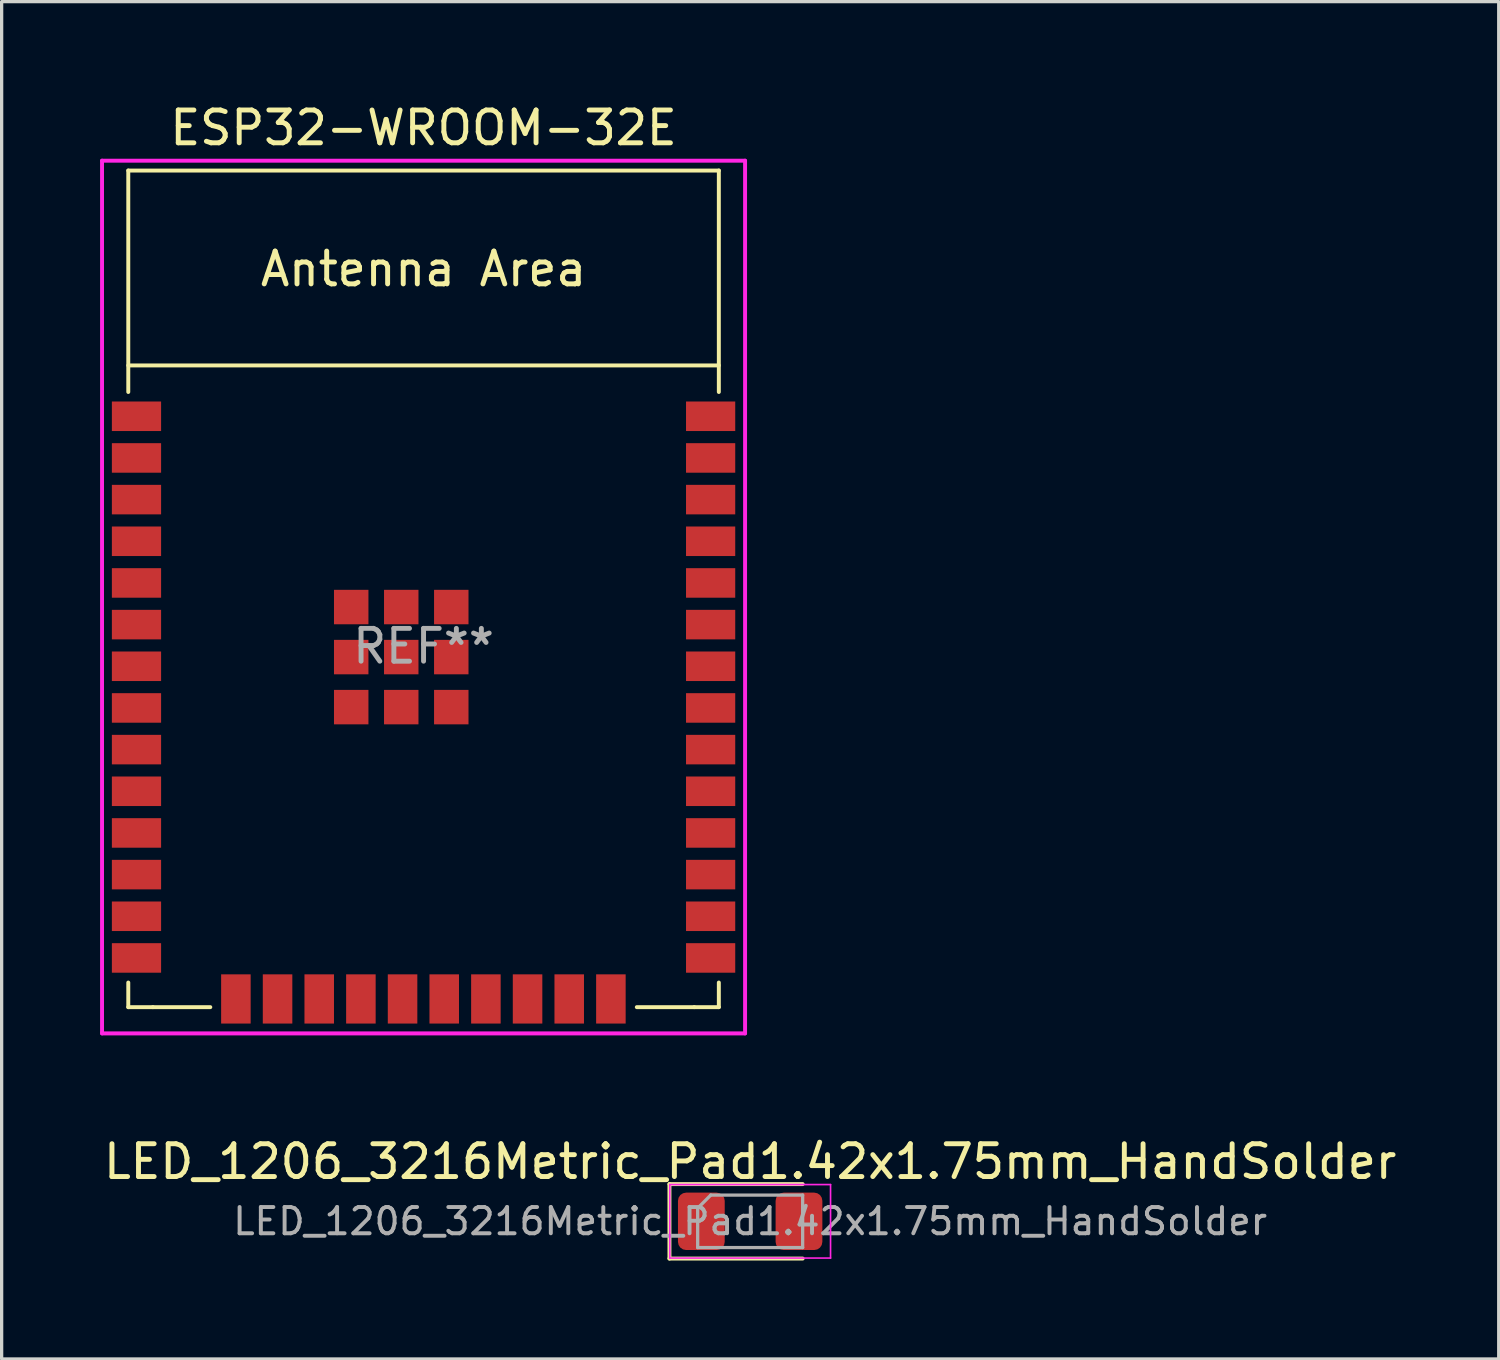
<source format=kicad_pcb>
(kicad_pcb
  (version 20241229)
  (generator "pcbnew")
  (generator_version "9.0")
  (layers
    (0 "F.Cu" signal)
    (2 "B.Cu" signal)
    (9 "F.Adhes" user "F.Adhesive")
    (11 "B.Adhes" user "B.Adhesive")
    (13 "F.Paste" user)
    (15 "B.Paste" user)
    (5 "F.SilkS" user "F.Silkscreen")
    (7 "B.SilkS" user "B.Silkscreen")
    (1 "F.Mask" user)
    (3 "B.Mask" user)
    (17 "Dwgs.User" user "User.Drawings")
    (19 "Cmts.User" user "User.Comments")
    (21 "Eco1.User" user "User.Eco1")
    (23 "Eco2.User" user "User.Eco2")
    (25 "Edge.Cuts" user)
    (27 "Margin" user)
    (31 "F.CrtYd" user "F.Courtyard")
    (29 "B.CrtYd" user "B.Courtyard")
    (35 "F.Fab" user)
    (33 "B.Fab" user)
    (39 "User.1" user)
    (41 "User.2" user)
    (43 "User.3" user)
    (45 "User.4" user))
  (footprint "ESP32-WROOM-32E"
    (layer "F.Cu")
    (at 9.86 16.648)
    (property "Reference" "ESP32-WROOM-32E" (at 0 -15.8 0) (layer "F.SilkS") (effects (font (size 1 1) (thickness 0.15))))
    (attr smd)
    (fp_line (start -9 -14.5) (end -9 -7.75) (stroke (width 0.12) (type solid)) (layer "F.SilkS"))
    (fp_line (start -9 -14.5) (end 9 -14.5) (stroke (width 0.12) (type solid)) (layer "F.SilkS"))
    (fp_line (start -9 10.25) (end -9 11) (stroke (width 0.12) (type solid)) (layer "F.SilkS"))
    (fp_line (start -9 11) (end -8.25 11) (stroke (width 0.12) (type solid)) (layer "F.SilkS"))
    (fp_line (start -8.25 11) (end -6.5 11) (stroke (width 0.12) (type solid)) (layer "F.SilkS"))
    (fp_line (start 8.25 11) (end 6.5 11) (stroke (width 0.12) (type solid)) (layer "F.SilkS"))
    (fp_line (start 9 -14.5) (end 9 -7.75) (stroke (width 0.12) (type solid)) (layer "F.SilkS"))
    (fp_line (start 9 -8.56) (end -9 -8.56) (stroke (width 0.12) (type solid)) (layer "F.SilkS"))
    (fp_line (start 9 10.25) (end 9 11) (stroke (width 0.12) (type solid)) (layer "F.SilkS"))
    (fp_line (start 9 11) (end 8.25 11) (stroke (width 0.12) (type solid)) (layer "F.SilkS"))
    (fp_line (start -9 -14.5) (end 9 -14.5) (stroke (width 0.12) (type solid)) (layer "Eco2.User"))
    (fp_line (start -9 -8.56) (end 9 -8.56) (stroke (width 0.12) (type solid)) (layer "Eco2.User"))
    (fp_line (start -9 11) (end -9 -14.5) (stroke (width 0.12) (type solid)) (layer "Eco2.User"))
    (fp_line (start 9 -14.5) (end 9 11) (stroke (width 0.12) (type solid)) (layer "Eco2.User"))
    (fp_line (start 9 11) (end -9 11) (stroke (width 0.12) (type solid)) (layer "Eco2.User"))
    (fp_line (start -9.8 -14.8) (end -9.8 11.8) (stroke (width 0.12) (type solid)) (layer "F.CrtYd"))
    (fp_line (start -9.8 11.8) (end 9.8 11.8) (stroke (width 0.12) (type solid)) (layer "F.CrtYd"))
    (fp_line (start 9.8 -14.8) (end -9.8 -14.8) (stroke (width 0.12) (type solid)) (layer "F.CrtYd"))
    (fp_line (start 9.8 -14.8) (end 9.8 11.8) (stroke (width 0.12) (type solid)) (layer "F.CrtYd"))
    (fp_text user "Antenna Area" (at 0 -11.5 0) (layer "F.SilkS") (effects (font (size 1 1) (thickness 0.15))))
    (fp_text user "Antenna Area" (at 0 -11.5 0) (layer "Eco2.User") (effects (font (size 1 1) (thickness 0.15))))
    (fp_text user "REF**" (at 0 0 0) (layer "F.Fab") (effects (font (size 1 1) (thickness 0.15))))
    (pad "1" smd rect (at -8.75 -7.01) (size 1.5 0.9) (layers "F.Cu" "F.Mask" "F.Paste"))
    (pad "2" smd rect (at -8.75 -5.74) (size 1.5 0.9) (layers "F.Cu" "F.Mask" "F.Paste"))
    (pad "3" smd rect (at -8.75 -4.47) (size 1.5 0.9) (layers "F.Cu" "F.Mask" "F.Paste"))
    (pad "4" smd rect (at -8.75 -3.2) (size 1.5 0.9) (layers "F.Cu" "F.Mask" "F.Paste"))
    (pad "5" smd rect (at -8.75 -1.93) (size 1.5 0.9) (layers "F.Cu" "F.Mask" "F.Paste"))
    (pad "6" smd rect (at -8.75 -0.66) (size 1.5 0.9) (layers "F.Cu" "F.Mask" "F.Paste"))
    (pad "7" smd rect (at -8.75 0.61) (size 1.5 0.9) (layers "F.Cu" "F.Mask" "F.Paste"))
    (pad "8" smd rect (at -8.75 1.88) (size 1.5 0.9) (layers "F.Cu" "F.Mask" "F.Paste"))
    (pad "9" smd rect (at -8.75 3.15) (size 1.5 0.9) (layers "F.Cu" "F.Mask" "F.Paste"))
    (pad "10" smd rect (at -8.75 4.42) (size 1.5 0.9) (layers "F.Cu" "F.Mask" "F.Paste"))
    (pad "11" smd rect (at -8.75 5.69) (size 1.5 0.9) (layers "F.Cu" "F.Mask" "F.Paste"))
    (pad "12" smd rect (at -8.75 6.96) (size 1.5 0.9) (layers "F.Cu" "F.Mask" "F.Paste"))
    (pad "13" smd rect (at -8.75 8.23) (size 1.5 0.9) (layers "F.Cu" "F.Mask" "F.Paste"))
    (pad "14" smd rect (at -8.75 9.5) (size 1.5 0.9) (layers "F.Cu" "F.Mask" "F.Paste"))
    (pad "15" smd rect (at -5.72 10.75 90) (size 1.5 0.9) (layers "F.Cu" "F.Mask" "F.Paste"))
    (pad "16" smd rect (at -4.45 10.75 90) (size 1.5 0.9) (layers "F.Cu" "F.Mask" "F.Paste"))
    (pad "17" smd rect (at -3.18 10.75 90) (size 1.5 0.9) (layers "F.Cu" "F.Mask" "F.Paste"))
    (pad "18" smd rect (at -1.91 10.75 90) (size 1.5 0.9) (layers "F.Cu" "F.Mask" "F.Paste"))
    (pad "19" smd rect (at -0.64 10.75 90) (size 1.5 0.9) (layers "F.Cu" "F.Mask" "F.Paste"))
    (pad "20" smd rect (at 0.63 10.75 90) (size 1.5 0.9) (layers "F.Cu" "F.Mask" "F.Paste"))
    (pad "21" smd rect (at 1.9 10.75 90) (size 1.5 0.9) (layers "F.Cu" "F.Mask" "F.Paste"))
    (pad "22" smd rect (at 3.17 10.75 90) (size 1.5 0.9) (layers "F.Cu" "F.Mask" "F.Paste"))
    (pad "23" smd rect (at 4.44 10.75 90) (size 1.5 0.9) (layers "F.Cu" "F.Mask" "F.Paste"))
    (pad "24" smd rect (at 5.71 10.75 90) (size 1.5 0.9) (layers "F.Cu" "F.Mask" "F.Paste"))
    (pad "25" smd rect (at 8.75 9.5 180) (size 1.5 0.9) (layers "F.Cu" "F.Mask" "F.Paste"))
    (pad "26" smd rect (at 8.75 8.23 180) (size 1.5 0.9) (layers "F.Cu" "F.Mask" "F.Paste"))
    (pad "27" smd rect (at 8.75 6.96 180) (size 1.5 0.9) (layers "F.Cu" "F.Mask" "F.Paste"))
    (pad "28" smd rect (at 8.75 5.69 180) (size 1.5 0.9) (layers "F.Cu" "F.Mask" "F.Paste"))
    (pad "29" smd rect (at 8.75 4.42 180) (size 1.5 0.9) (layers "F.Cu" "F.Mask" "F.Paste"))
    (pad "30" smd rect (at 8.75 3.15 180) (size 1.5 0.9) (layers "F.Cu" "F.Mask" "F.Paste"))
    (pad "31" smd rect (at 8.75 1.88 180) (size 1.5 0.9) (layers "F.Cu" "F.Mask" "F.Paste"))
    (pad "32" smd rect (at 8.75 0.61 180) (size 1.5 0.9) (layers "F.Cu" "F.Mask" "F.Paste"))
    (pad "33" smd rect (at 8.75 -0.66 180) (size 1.5 0.9) (layers "F.Cu" "F.Mask" "F.Paste"))
    (pad "34" smd rect (at 8.75 -1.93 180) (size 1.5 0.9) (layers "F.Cu" "F.Mask" "F.Paste"))
    (pad "35" smd rect (at 8.75 -3.2 180) (size 1.5 0.9) (layers "F.Cu" "F.Mask" "F.Paste"))
    (pad "36" smd rect (at 8.75 -4.47 180) (size 1.5 0.9) (layers "F.Cu" "F.Mask" "F.Paste"))
    (pad "37" smd rect (at 8.75 -5.74 180) (size 1.5 0.9) (layers "F.Cu" "F.Mask" "F.Paste"))
    (pad "38" smd rect (at 8.75 -7.01 180) (size 1.5 0.9) (layers "F.Cu" "F.Mask" "F.Paste"))
    (pad "39" smd rect (at -2.205 -1.195 180) (size 1.05 1.05) (layers "F.Cu" "F.Mask" "F.Paste"))
    (pad "39" smd rect (at -2.205 0.33 180) (size 1.05 1.05) (layers "F.Cu" "F.Mask" "F.Paste"))
    (pad "39" smd rect (at -2.205 1.855 180) (size 1.05 1.05) (layers "F.Cu" "F.Mask" "F.Paste"))
    (pad "39" smd rect (at -0.68 -1.195 180) (size 1.05 1.05) (layers "F.Cu" "F.Mask" "F.Paste"))
    (pad "39" smd rect (at -0.68 0.33 180) (size 1.05 1.05) (layers "F.Cu" "F.Mask" "F.Paste"))
    (pad "39" smd rect (at -0.68 1.855 180) (size 1.05 1.05) (layers "F.Cu" "F.Mask" "F.Paste"))
    (pad "39" smd rect (at 0.845 -1.195 180) (size 1.05 1.05) (layers "F.Cu" "F.Mask" "F.Paste"))
    (pad "39" smd rect (at 0.845 0.33 180) (size 1.05 1.05) (layers "F.Cu" "F.Mask" "F.Paste"))
    (pad "39" smd rect (at 0.845 1.855 180) (size 1.05 1.05) (layers "F.Cu" "F.Mask" "F.Paste")))
  (footprint "LED_1206_3216Metric_Pad1.42x1.75mm_HandSolder"
    (layer "F.Cu")
    (at 19.815 34.176)
    (property "Reference" "LED_1206_3216Metric_Pad1.42x1.75mm_HandSolder" (at 0 -1.82 0) (layer "F.SilkS") (effects (font (size 1 1) (thickness 0.15))))
    (attr smd)
    (fp_line (start -2.46 -1.135) (end -2.46 1.135) (stroke (width 0.12) (type solid)) (layer "F.SilkS"))
    (fp_line (start -2.46 1.135) (end 1.6 1.135) (stroke (width 0.12) (type solid)) (layer "F.SilkS"))
    (fp_line (start 1.6 -1.135) (end -2.46 -1.135) (stroke (width 0.12) (type solid)) (layer "F.SilkS"))
    (fp_line (start -2.45 -1.12) (end 2.45 -1.12) (stroke (width 0.05) (type solid)) (layer "F.CrtYd"))
    (fp_line (start -2.45 1.12) (end -2.45 -1.12) (stroke (width 0.05) (type solid)) (layer "F.CrtYd"))
    (fp_line (start 2.45 -1.12) (end 2.45 1.12) (stroke (width 0.05) (type solid)) (layer "F.CrtYd"))
    (fp_line (start 2.45 1.12) (end -2.45 1.12) (stroke (width 0.05) (type solid)) (layer "F.CrtYd"))
    (fp_line (start -1.6 -0.4) (end -1.6 0.8) (stroke (width 0.1) (type solid)) (layer "F.Fab"))
    (fp_line (start -1.6 0.8) (end 1.6 0.8) (stroke (width 0.1) (type solid)) (layer "F.Fab"))
    (fp_line (start -1.2 -0.8) (end -1.6 -0.4) (stroke (width 0.1) (type solid)) (layer "F.Fab"))
    (fp_line (start 1.6 -0.8) (end -1.2 -0.8) (stroke (width 0.1) (type solid)) (layer "F.Fab"))
    (fp_line (start 1.6 0.8) (end 1.6 -0.8) (stroke (width 0.1) (type solid)) (layer "F.Fab"))
    (fp_text user "${REFERENCE}" (at 0 0 0) (layer "F.Fab") (effects (font (size 0.8 0.8) (thickness 0.12))))
    (pad "1" smd roundrect (at -1.488 0) (size 1.425 1.75) (layers "F.Cu" "F.Mask" "F.Paste") (roundrect_rratio 0.175))
    (pad "2" smd roundrect (at 1.488 0) (size 1.425 1.75) (layers "F.Cu" "F.Mask" "F.Paste") (roundrect_rratio 0.175)))
  (gr_rect
    (start -3 -3)
    (end 42.631 38.371)
    (stroke (width 0.1) (type default))
    (fill no)
    (layer "Edge.Cuts")))
</source>
